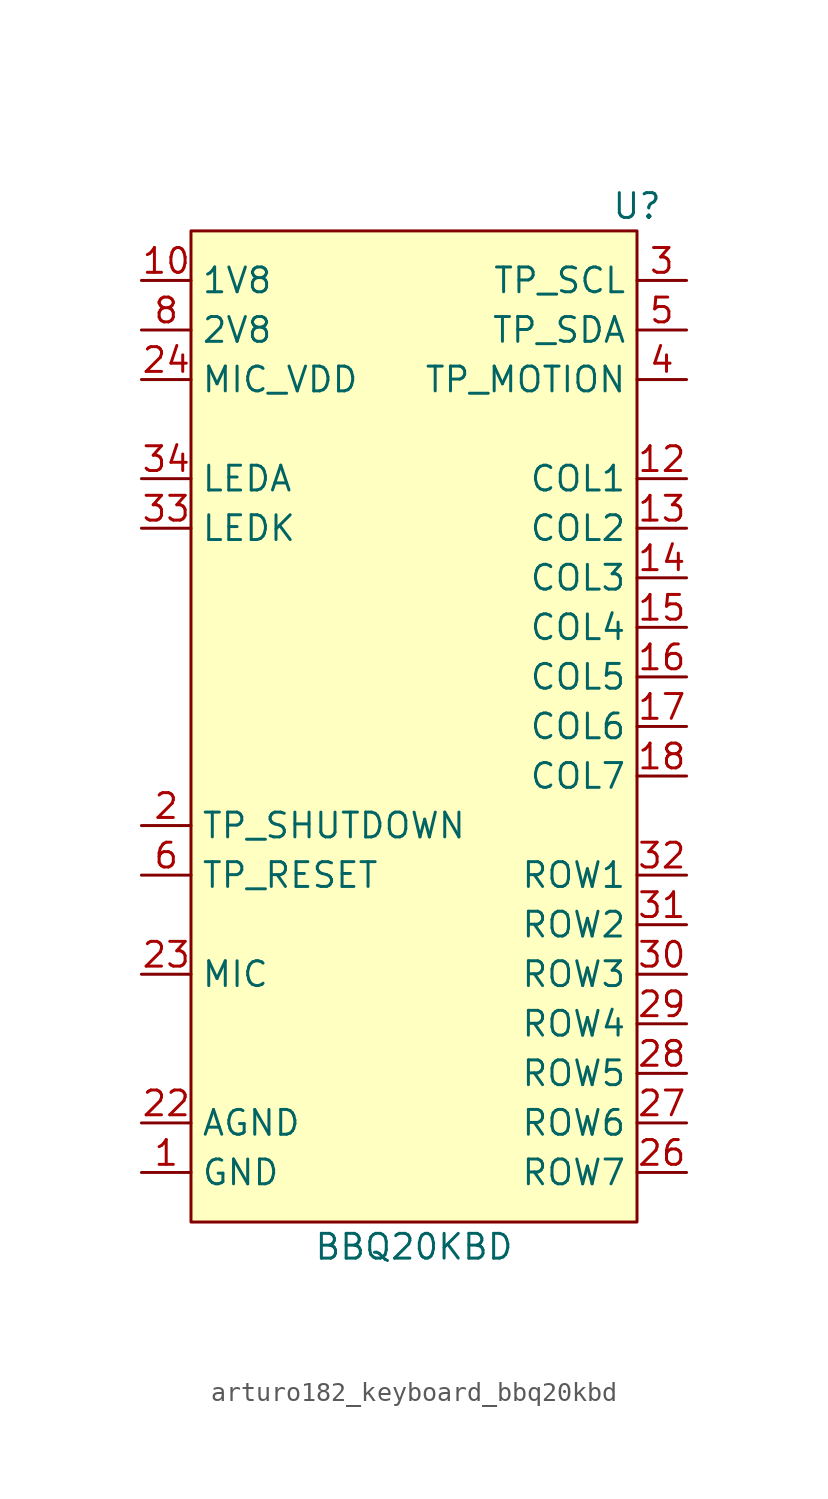
<source format=kicad_sym>
(kicad_symbol_lib
  (version 20220914)
  (generator kicad_symbol_editor)
  (symbol "Keyboard:arturo182_keyboard_bbq20kbd"
    (property "Reference" "U"
      (at 11.43 24.13 0)
      (effects (font (size 1.27 1.27))))
    (property "Value" "BBQ20KBD"
      (at 0 -29.21 0)
      (effects (font (size 1.27 1.27))))
    (symbol "arturo182_keyboard_bbq20kbd_0_0"
      (pin power_in line (at -13.97 -25.4 0) (length 2.54) (name "GND" (effects (font (size 1.27 1.27)))) (number "1" (effects (font (size 1.27 1.27)))))
      (pin power_in line (at -13.97 20.32 0) (length 2.54) (name "1V8" (effects (font (size 1.27 1.27)))) (number "10" (effects (font (size 1.27 1.27)))))
      (pin passive line (at -13.97 -25.4 0) (length 2.54) hide (name "GND" (effects (font (size 1.27 1.27)))) (number "11" (effects (font (size 1.27 1.27)))))
      (pin input line (at 13.97 10.16 180) (length 2.54) (name "COL1" (effects (font (size 1.27 1.27)))) (number "12" (effects (font (size 1.27 1.27)))))
      (pin input line (at 13.97 7.62 180) (length 2.54) (name "COL2" (effects (font (size 1.27 1.27)))) (number "13" (effects (font (size 1.27 1.27)))))
      (pin input line (at 13.97 5.08 180) (length 2.54) (name "COL3" (effects (font (size 1.27 1.27)))) (number "14" (effects (font (size 1.27 1.27)))))
      (pin input line (at 13.97 2.54 180) (length 2.54) (name "COL4" (effects (font (size 1.27 1.27)))) (number "15" (effects (font (size 1.27 1.27)))))
      (pin input line (at 13.97 0 180) (length 2.54) (name "COL5" (effects (font (size 1.27 1.27)))) (number "16" (effects (font (size 1.27 1.27)))))
      (pin input line (at 13.97 -2.54 180) (length 2.54) (name "COL6" (effects (font (size 1.27 1.27)))) (number "17" (effects (font (size 1.27 1.27)))))
      (pin input line (at 13.97 -5.08 180) (length 2.54) (name "COL7" (effects (font (size 1.27 1.27)))) (number "18" (effects (font (size 1.27 1.27)))))
      (pin passive line (at -13.97 -25.4 0) (length 2.54) hide (name "GND" (effects (font (size 1.27 1.27)))) (number "19" (effects (font (size 1.27 1.27)))))
      (pin input line (at -13.97 -7.62 0) (length 2.54) (name "TP_SHUTDOWN" (effects (font (size 1.27 1.27)))) (number "2" (effects (font (size 1.27 1.27)))))
      (pin passive line (at -13.97 -25.4 0) (length 2.54) hide (name "GND" (effects (font (size 1.27 1.27)))) (number "20" (effects (font (size 1.27 1.27)))))
      (pin passive line (at -13.97 -25.4 0) (length 2.54) hide (name "GND" (effects (font (size 1.27 1.27)))) (number "21" (effects (font (size 1.27 1.27)))))
      (pin power_in line (at -13.97 -22.86 0) (length 2.54) (name "AGND" (effects (font (size 1.27 1.27)))) (number "22" (effects (font (size 1.27 1.27)))))
      (pin output line (at -13.97 -15.24 0) (length 2.54) (name "MIC" (effects (font (size 1.27 1.27)))) (number "23" (effects (font (size 1.27 1.27)))))
      (pin input line (at -13.97 15.24 0) (length 2.54) (name "MIC_VDD" (effects (font (size 1.27 1.27)))) (number "24" (effects (font (size 1.27 1.27)))))
      (pin passive line (at -13.97 -25.4 0) (length 2.54) hide (name "GND" (effects (font (size 1.27 1.27)))) (number "25" (effects (font (size 1.27 1.27)))))
      (pin input line (at 13.97 -25.4 180) (length 2.54) (name "ROW7" (effects (font (size 1.27 1.27)))) (number "26" (effects (font (size 1.27 1.27)))))
      (pin input line (at 13.97 -22.86 180) (length 2.54) (name "ROW6" (effects (font (size 1.27 1.27)))) (number "27" (effects (font (size 1.27 1.27)))))
      (pin input line (at 13.97 -20.32 180) (length 2.54) (name "ROW5" (effects (font (size 1.27 1.27)))) (number "28" (effects (font (size 1.27 1.27)))))
      (pin input line (at 13.97 -17.78 180) (length 2.54) (name "ROW4" (effects (font (size 1.27 1.27)))) (number "29" (effects (font (size 1.27 1.27)))))
      (pin input line (at 13.97 20.32 180) (length 2.54) (name "TP_SCL" (effects (font (size 1.27 1.27)))) (number "3" (effects (font (size 1.27 1.27)))))
      (pin input line (at 13.97 -15.24 180) (length 2.54) (name "ROW3" (effects (font (size 1.27 1.27)))) (number "30" (effects (font (size 1.27 1.27)))))
      (pin input line (at 13.97 -12.7 180) (length 2.54) (name "ROW2" (effects (font (size 1.27 1.27)))) (number "31" (effects (font (size 1.27 1.27)))))
      (pin input line (at 13.97 -10.16 180) (length 2.54) (name "ROW1" (effects (font (size 1.27 1.27)))) (number "32" (effects (font (size 1.27 1.27)))))
      (pin input line (at -13.97 7.62 0) (length 2.54) (name "LEDK" (effects (font (size 1.27 1.27)))) (number "33" (effects (font (size 1.27 1.27)))))
      (pin power_in line (at -13.97 10.16 0) (length 2.54) (name "LEDA" (effects (font (size 1.27 1.27)))) (number "34" (effects (font (size 1.27 1.27)))))
      (pin passive line (at -13.97 7.62 0) (length 2.54) hide (name "LEDK" (effects (font (size 1.27 1.27)))) (number "35" (effects (font (size 1.27 1.27)))))
      (pin passive line (at -13.97 10.16 0) (length 2.54) hide (name "LEDA" (effects (font (size 1.27 1.27)))) (number "36" (effects (font (size 1.27 1.27)))))
      (pin passive line (at -13.97 7.62 0) (length 2.54) hide (name "LEDK" (effects (font (size 1.27 1.27)))) (number "37" (effects (font (size 1.27 1.27)))))
      (pin no_connect line (at 0 -17.78 0) (length 2.54) hide (name "NC" (effects (font (size 1.27 1.27)))) (number "38" (effects (font (size 1.27 1.27)))))
      (pin no_connect line (at 0 -20.32 0) (length 2.54) hide (name "NC" (effects (font (size 1.27 1.27)))) (number "39" (effects (font (size 1.27 1.27)))))
      (pin output line (at 13.97 15.24 180) (length 2.54) (name "TP_MOTION" (effects (font (size 1.27 1.27)))) (number "4" (effects (font (size 1.27 1.27)))))
      (pin passive line (at -13.97 -25.4 0) (length 2.54) hide (name "GND" (effects (font (size 1.27 1.27)))) (number "40" (effects (font (size 1.27 1.27)))))
      (pin bidirectional line (at 13.97 17.78 180) (length 2.54) (name "TP_SDA" (effects (font (size 1.27 1.27)))) (number "5" (effects (font (size 1.27 1.27)))))
      (pin input line (at -13.97 -10.16 0) (length 2.54) (name "TP_RESET" (effects (font (size 1.27 1.27)))) (number "6" (effects (font (size 1.27 1.27)))))
      (pin passive line (at -13.97 -25.4 0) (length 2.54) hide (name "GND" (effects (font (size 1.27 1.27)))) (number "7" (effects (font (size 1.27 1.27)))))
      (pin power_in line (at -13.97 17.78 0) (length 2.54) (name "2V8" (effects (font (size 1.27 1.27)))) (number "8" (effects (font (size 1.27 1.27)))))
      (pin passive line (at -13.97 -25.4 0) (length 2.54) hide (name "GND" (effects (font (size 1.27 1.27)))) (number "9" (effects (font (size 1.27 1.27))))))
    (symbol "arturo182_keyboard_bbq20kbd_0_1"
      (rectangle (start -11.43 22.86) (end 11.43 -27.94) (stroke (width 0.152)) (fill (type background))))))
</source>
